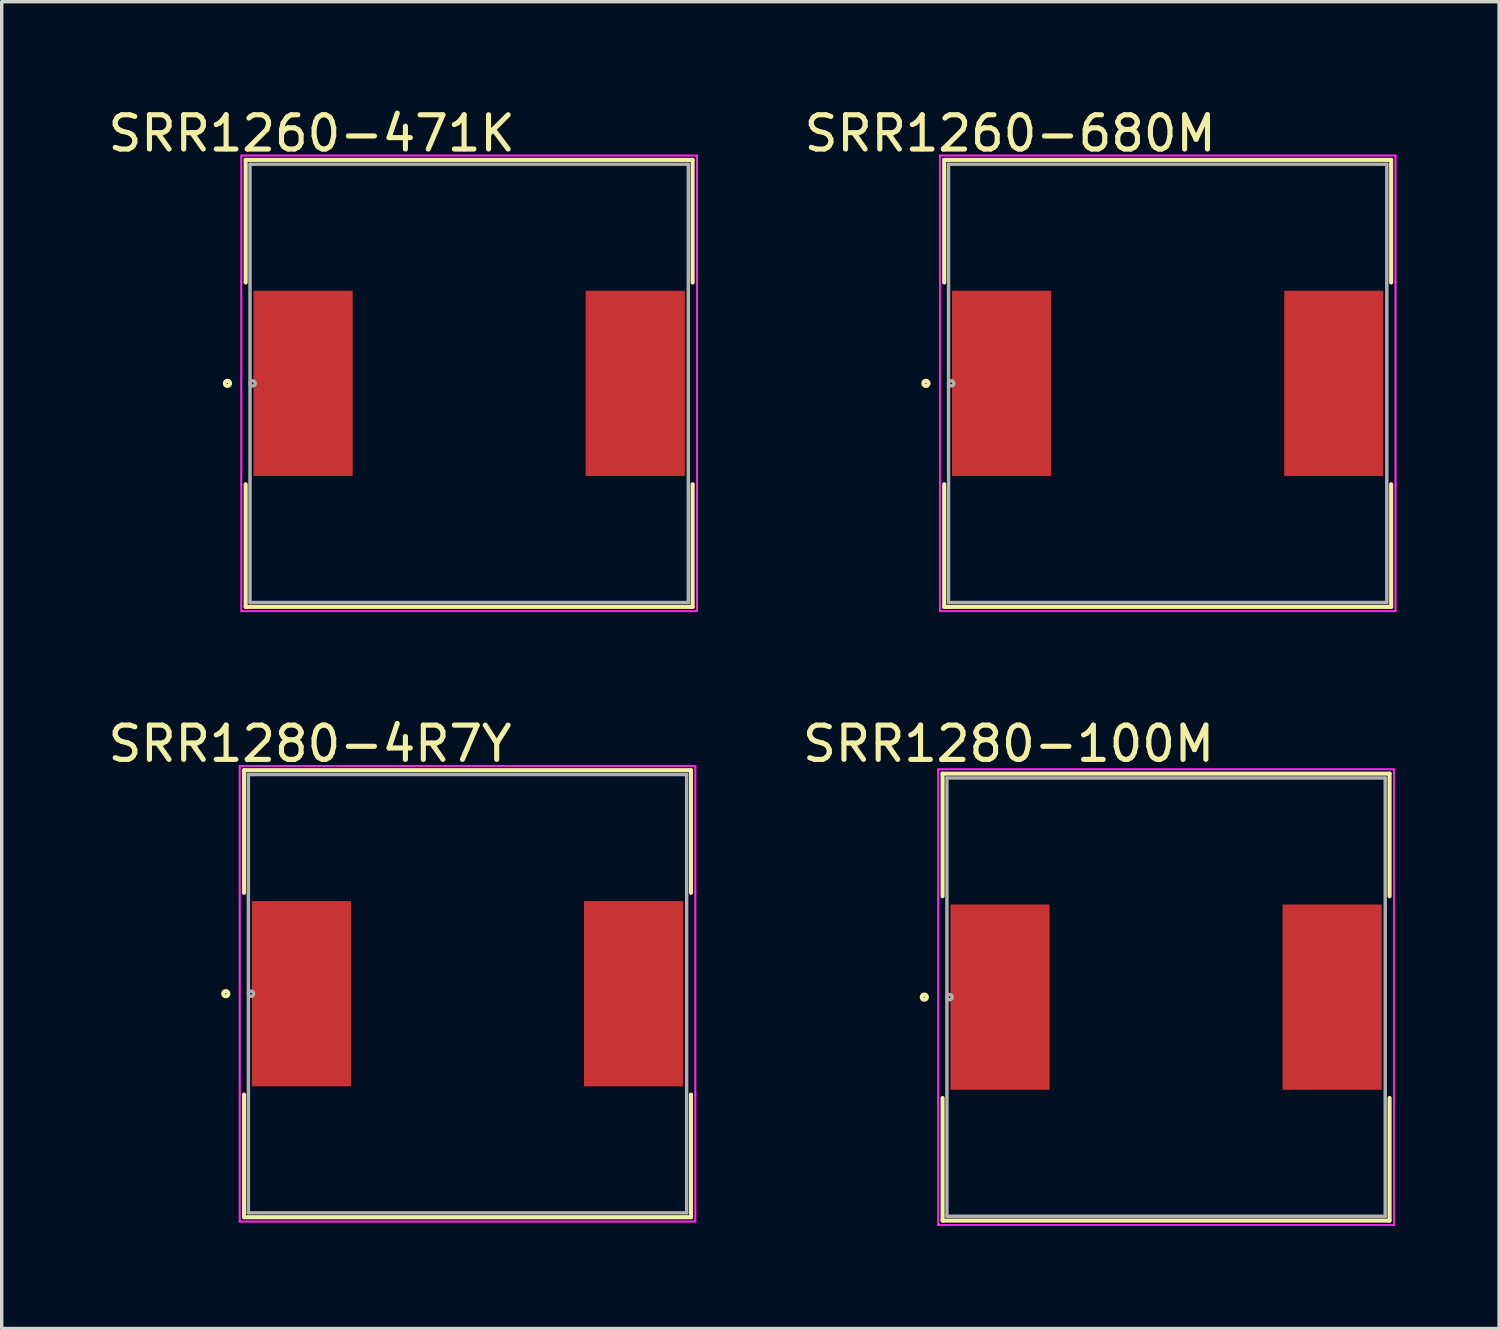
<source format=kicad_pcb>
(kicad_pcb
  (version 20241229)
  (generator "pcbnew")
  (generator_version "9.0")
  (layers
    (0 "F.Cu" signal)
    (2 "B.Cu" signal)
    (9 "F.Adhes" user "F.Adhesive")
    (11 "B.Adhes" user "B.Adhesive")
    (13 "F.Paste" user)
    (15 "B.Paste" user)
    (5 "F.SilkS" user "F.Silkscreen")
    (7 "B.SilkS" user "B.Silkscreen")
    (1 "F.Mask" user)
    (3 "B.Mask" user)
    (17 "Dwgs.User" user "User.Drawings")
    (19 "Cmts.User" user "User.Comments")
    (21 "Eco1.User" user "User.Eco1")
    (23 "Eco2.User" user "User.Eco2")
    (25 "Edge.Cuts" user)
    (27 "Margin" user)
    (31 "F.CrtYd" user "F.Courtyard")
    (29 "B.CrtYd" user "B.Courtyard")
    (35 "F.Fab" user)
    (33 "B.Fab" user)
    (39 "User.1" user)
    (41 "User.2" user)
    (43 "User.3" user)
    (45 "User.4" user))
  (footprint "SRR1280-100M"
    (layer "F.Cu")
    (at 31.011 26.076)
    (property "Reference" "SRR1280-100M" (at -4.6 -7.4 0) (layer "F.SilkS") (effects (font (size 1 1) (thickness 0.15))))
    (attr smd)
    (fp_line (start -6.528 -6.528) (end -6.528 -2.947) (stroke (width 0.12) (type solid)) (layer "F.SilkS"))
    (fp_line (start -6.528 2.947) (end -6.528 6.528) (stroke (width 0.12) (type solid)) (layer "F.SilkS"))
    (fp_line (start -6.528 6.528) (end 6.528 6.528) (stroke (width 0.12) (type solid)) (layer "F.SilkS"))
    (fp_line (start 6.528 -6.528) (end -6.528 -6.528) (stroke (width 0.12) (type solid)) (layer "F.SilkS"))
    (fp_line (start 6.528 -2.947) (end 6.528 -6.528) (stroke (width 0.12) (type solid)) (layer "F.SilkS"))
    (fp_line (start 6.528 6.528) (end 6.528 2.947) (stroke (width 0.12) (type solid)) (layer "F.SilkS"))
    (fp_circle (center -7.061 0) (end -6.985 0) (stroke (width 0.12) (type solid)) (fill no) (layer "F.SilkS"))
    (fp_line (start -6.655 -6.655) (end 6.655 -6.655) (stroke (width 0.05) (type solid)) (layer "F.CrtYd"))
    (fp_line (start -6.655 -6.655) (end 6.655 -6.655) (stroke (width 0.05) (type solid)) (layer "F.CrtYd"))
    (fp_line (start -6.655 -2.959) (end -6.655 -6.655) (stroke (width 0.05) (type solid)) (layer "F.CrtYd"))
    (fp_line (start -6.655 -2.959) (end -6.655 -6.655) (stroke (width 0.05) (type solid)) (layer "F.CrtYd"))
    (fp_line (start -6.655 -2.959) (end -6.655 -2.959) (stroke (width 0.05) (type solid)) (layer "F.CrtYd"))
    (fp_line (start -6.655 -2.959) (end -6.655 -2.959) (stroke (width 0.05) (type solid)) (layer "F.CrtYd"))
    (fp_line (start -6.655 2.959) (end -6.655 -2.959) (stroke (width 0.05) (type solid)) (layer "F.CrtYd"))
    (fp_line (start -6.655 2.959) (end -6.655 -2.959) (stroke (width 0.05) (type solid)) (layer "F.CrtYd"))
    (fp_line (start -6.655 2.959) (end -6.655 2.959) (stroke (width 0.05) (type solid)) (layer "F.CrtYd"))
    (fp_line (start -6.655 2.959) (end -6.655 2.959) (stroke (width 0.05) (type solid)) (layer "F.CrtYd"))
    (fp_line (start -6.655 6.655) (end -6.655 2.959) (stroke (width 0.05) (type solid)) (layer "F.CrtYd"))
    (fp_line (start -6.655 6.655) (end -6.655 2.959) (stroke (width 0.05) (type solid)) (layer "F.CrtYd"))
    (fp_line (start 6.655 -6.655) (end 6.655 -2.959) (stroke (width 0.05) (type solid)) (layer "F.CrtYd"))
    (fp_line (start 6.655 -6.655) (end 6.655 -2.959) (stroke (width 0.05) (type solid)) (layer "F.CrtYd"))
    (fp_line (start 6.655 -2.959) (end 6.655 -2.959) (stroke (width 0.05) (type solid)) (layer "F.CrtYd"))
    (fp_line (start 6.655 -2.959) (end 6.655 -2.959) (stroke (width 0.05) (type solid)) (layer "F.CrtYd"))
    (fp_line (start 6.655 -2.959) (end 6.655 2.959) (stroke (width 0.05) (type solid)) (layer "F.CrtYd"))
    (fp_line (start 6.655 -2.959) (end 6.655 2.959) (stroke (width 0.05) (type solid)) (layer "F.CrtYd"))
    (fp_line (start 6.655 2.959) (end 6.655 2.959) (stroke (width 0.05) (type solid)) (layer "F.CrtYd"))
    (fp_line (start 6.655 2.959) (end 6.655 2.959) (stroke (width 0.05) (type solid)) (layer "F.CrtYd"))
    (fp_line (start 6.655 2.959) (end 6.655 6.655) (stroke (width 0.05) (type solid)) (layer "F.CrtYd"))
    (fp_line (start 6.655 2.959) (end 6.655 6.655) (stroke (width 0.05) (type solid)) (layer "F.CrtYd"))
    (fp_line (start 6.655 6.655) (end -6.655 6.655) (stroke (width 0.05) (type solid)) (layer "F.CrtYd"))
    (fp_line (start 6.655 6.655) (end -6.655 6.655) (stroke (width 0.05) (type solid)) (layer "F.CrtYd"))
    (fp_line (start -6.401 -6.401) (end -6.401 6.401) (stroke (width 0.1) (type solid)) (layer "F.Fab"))
    (fp_line (start -6.401 6.401) (end 6.401 6.401) (stroke (width 0.1) (type solid)) (layer "F.Fab"))
    (fp_line (start 6.401 -6.401) (end -6.401 -6.401) (stroke (width 0.1) (type solid)) (layer "F.Fab"))
    (fp_line (start 6.401 6.401) (end 6.401 -6.401) (stroke (width 0.1) (type solid)) (layer "F.Fab"))
    (fp_circle (center -6.325 0) (end -6.248 0) (stroke (width 0.1) (type solid)) (fill no) (layer "F.Fab"))
    (pad "1" smd rect (at -4.851 0) (size 2.896 5.41) (layers "F.Cu" "F.Mask" "F.Paste"))
    (pad "2" smd rect (at 4.851 0) (size 2.896 5.41) (layers "F.Cu" "F.Mask" "F.Paste")))
  (footprint "SRR1280-4R7Y"
    (layer "F.Cu")
    (at 10.606 25.976)
    (property "Reference" "SRR1280-4R7Y" (at -4.6 -7.3 0) (layer "F.SilkS") (effects (font (size 1 1) (thickness 0.15))))
    (attr smd)
    (fp_line (start -6.528 -6.528) (end -6.528 -2.947) (stroke (width 0.12) (type solid)) (layer "F.SilkS"))
    (fp_line (start -6.528 2.947) (end -6.528 6.528) (stroke (width 0.12) (type solid)) (layer "F.SilkS"))
    (fp_line (start -6.528 6.528) (end 6.528 6.528) (stroke (width 0.12) (type solid)) (layer "F.SilkS"))
    (fp_line (start 6.528 -6.528) (end -6.528 -6.528) (stroke (width 0.12) (type solid)) (layer "F.SilkS"))
    (fp_line (start 6.528 -2.947) (end 6.528 -6.528) (stroke (width 0.12) (type solid)) (layer "F.SilkS"))
    (fp_line (start 6.528 6.528) (end 6.528 2.947) (stroke (width 0.12) (type solid)) (layer "F.SilkS"))
    (fp_circle (center -7.061 0) (end -6.985 0) (stroke (width 0.12) (type solid)) (fill no) (layer "F.SilkS"))
    (fp_line (start -6.655 -6.655) (end 6.655 -6.655) (stroke (width 0.05) (type solid)) (layer "F.CrtYd"))
    (fp_line (start -6.655 -6.655) (end 6.655 -6.655) (stroke (width 0.05) (type solid)) (layer "F.CrtYd"))
    (fp_line (start -6.655 -2.959) (end -6.655 -6.655) (stroke (width 0.05) (type solid)) (layer "F.CrtYd"))
    (fp_line (start -6.655 -2.959) (end -6.655 -6.655) (stroke (width 0.05) (type solid)) (layer "F.CrtYd"))
    (fp_line (start -6.655 -2.959) (end -6.655 -2.959) (stroke (width 0.05) (type solid)) (layer "F.CrtYd"))
    (fp_line (start -6.655 -2.959) (end -6.655 -2.959) (stroke (width 0.05) (type solid)) (layer "F.CrtYd"))
    (fp_line (start -6.655 2.959) (end -6.655 -2.959) (stroke (width 0.05) (type solid)) (layer "F.CrtYd"))
    (fp_line (start -6.655 2.959) (end -6.655 -2.959) (stroke (width 0.05) (type solid)) (layer "F.CrtYd"))
    (fp_line (start -6.655 2.959) (end -6.655 2.959) (stroke (width 0.05) (type solid)) (layer "F.CrtYd"))
    (fp_line (start -6.655 2.959) (end -6.655 2.959) (stroke (width 0.05) (type solid)) (layer "F.CrtYd"))
    (fp_line (start -6.655 6.655) (end -6.655 2.959) (stroke (width 0.05) (type solid)) (layer "F.CrtYd"))
    (fp_line (start -6.655 6.655) (end -6.655 2.959) (stroke (width 0.05) (type solid)) (layer "F.CrtYd"))
    (fp_line (start 6.655 -6.655) (end 6.655 -2.959) (stroke (width 0.05) (type solid)) (layer "F.CrtYd"))
    (fp_line (start 6.655 -6.655) (end 6.655 -2.959) (stroke (width 0.05) (type solid)) (layer "F.CrtYd"))
    (fp_line (start 6.655 -2.959) (end 6.655 -2.959) (stroke (width 0.05) (type solid)) (layer "F.CrtYd"))
    (fp_line (start 6.655 -2.959) (end 6.655 -2.959) (stroke (width 0.05) (type solid)) (layer "F.CrtYd"))
    (fp_line (start 6.655 -2.959) (end 6.655 2.959) (stroke (width 0.05) (type solid)) (layer "F.CrtYd"))
    (fp_line (start 6.655 -2.959) (end 6.655 2.959) (stroke (width 0.05) (type solid)) (layer "F.CrtYd"))
    (fp_line (start 6.655 2.959) (end 6.655 2.959) (stroke (width 0.05) (type solid)) (layer "F.CrtYd"))
    (fp_line (start 6.655 2.959) (end 6.655 2.959) (stroke (width 0.05) (type solid)) (layer "F.CrtYd"))
    (fp_line (start 6.655 2.959) (end 6.655 6.655) (stroke (width 0.05) (type solid)) (layer "F.CrtYd"))
    (fp_line (start 6.655 2.959) (end 6.655 6.655) (stroke (width 0.05) (type solid)) (layer "F.CrtYd"))
    (fp_line (start 6.655 6.655) (end -6.655 6.655) (stroke (width 0.05) (type solid)) (layer "F.CrtYd"))
    (fp_line (start 6.655 6.655) (end -6.655 6.655) (stroke (width 0.05) (type solid)) (layer "F.CrtYd"))
    (fp_line (start -6.401 -6.401) (end -6.401 6.401) (stroke (width 0.1) (type solid)) (layer "F.Fab"))
    (fp_line (start -6.401 6.401) (end 6.401 6.401) (stroke (width 0.1) (type solid)) (layer "F.Fab"))
    (fp_line (start 6.401 -6.401) (end -6.401 -6.401) (stroke (width 0.1) (type solid)) (layer "F.Fab"))
    (fp_line (start 6.401 6.401) (end 6.401 -6.401) (stroke (width 0.1) (type solid)) (layer "F.Fab"))
    (fp_circle (center -6.325 0) (end -6.248 0) (stroke (width 0.1) (type solid)) (fill no) (layer "F.Fab"))
    (pad "1" smd rect (at -4.851 0) (size 2.896 5.41) (layers "F.Cu" "F.Mask" "F.Paste"))
    (pad "2" smd rect (at 4.851 0) (size 2.896 5.41) (layers "F.Cu" "F.Mask" "F.Paste")))
  (footprint "SRR1260-471K"
    (layer "F.Cu")
    (at 10.654 8.148)
    (property "Reference" "SRR1260-471K" (at -4.6 -7.3 0) (layer "F.SilkS") (effects (font (size 1 1) (thickness 0.15))))
    (attr smd)
    (fp_line (start -6.528 -6.528) (end -6.528 -2.947) (stroke (width 0.12) (type solid)) (layer "F.SilkS"))
    (fp_line (start -6.528 2.947) (end -6.528 6.528) (stroke (width 0.12) (type solid)) (layer "F.SilkS"))
    (fp_line (start -6.528 6.528) (end 6.528 6.528) (stroke (width 0.12) (type solid)) (layer "F.SilkS"))
    (fp_line (start 6.528 -6.528) (end -6.528 -6.528) (stroke (width 0.12) (type solid)) (layer "F.SilkS"))
    (fp_line (start 6.528 -2.947) (end 6.528 -6.528) (stroke (width 0.12) (type solid)) (layer "F.SilkS"))
    (fp_line (start 6.528 6.528) (end 6.528 2.947) (stroke (width 0.12) (type solid)) (layer "F.SilkS"))
    (fp_circle (center -7.061 0) (end -6.985 0) (stroke (width 0.12) (type solid)) (fill no) (layer "F.SilkS"))
    (fp_line (start -6.655 -6.655) (end 6.655 -6.655) (stroke (width 0.05) (type solid)) (layer "F.CrtYd"))
    (fp_line (start -6.655 -6.655) (end 6.655 -6.655) (stroke (width 0.05) (type solid)) (layer "F.CrtYd"))
    (fp_line (start -6.655 -2.959) (end -6.655 -6.655) (stroke (width 0.05) (type solid)) (layer "F.CrtYd"))
    (fp_line (start -6.655 -2.959) (end -6.655 -6.655) (stroke (width 0.05) (type solid)) (layer "F.CrtYd"))
    (fp_line (start -6.655 -2.959) (end -6.655 -2.959) (stroke (width 0.05) (type solid)) (layer "F.CrtYd"))
    (fp_line (start -6.655 -2.959) (end -6.655 -2.959) (stroke (width 0.05) (type solid)) (layer "F.CrtYd"))
    (fp_line (start -6.655 2.959) (end -6.655 -2.959) (stroke (width 0.05) (type solid)) (layer "F.CrtYd"))
    (fp_line (start -6.655 2.959) (end -6.655 -2.959) (stroke (width 0.05) (type solid)) (layer "F.CrtYd"))
    (fp_line (start -6.655 2.959) (end -6.655 2.959) (stroke (width 0.05) (type solid)) (layer "F.CrtYd"))
    (fp_line (start -6.655 2.959) (end -6.655 2.959) (stroke (width 0.05) (type solid)) (layer "F.CrtYd"))
    (fp_line (start -6.655 6.655) (end -6.655 2.959) (stroke (width 0.05) (type solid)) (layer "F.CrtYd"))
    (fp_line (start -6.655 6.655) (end -6.655 2.959) (stroke (width 0.05) (type solid)) (layer "F.CrtYd"))
    (fp_line (start 6.655 -6.655) (end 6.655 -2.959) (stroke (width 0.05) (type solid)) (layer "F.CrtYd"))
    (fp_line (start 6.655 -6.655) (end 6.655 -2.959) (stroke (width 0.05) (type solid)) (layer "F.CrtYd"))
    (fp_line (start 6.655 -2.959) (end 6.655 -2.959) (stroke (width 0.05) (type solid)) (layer "F.CrtYd"))
    (fp_line (start 6.655 -2.959) (end 6.655 -2.959) (stroke (width 0.05) (type solid)) (layer "F.CrtYd"))
    (fp_line (start 6.655 -2.959) (end 6.655 2.959) (stroke (width 0.05) (type solid)) (layer "F.CrtYd"))
    (fp_line (start 6.655 -2.959) (end 6.655 2.959) (stroke (width 0.05) (type solid)) (layer "F.CrtYd"))
    (fp_line (start 6.655 2.959) (end 6.655 2.959) (stroke (width 0.05) (type solid)) (layer "F.CrtYd"))
    (fp_line (start 6.655 2.959) (end 6.655 2.959) (stroke (width 0.05) (type solid)) (layer "F.CrtYd"))
    (fp_line (start 6.655 2.959) (end 6.655 6.655) (stroke (width 0.05) (type solid)) (layer "F.CrtYd"))
    (fp_line (start 6.655 2.959) (end 6.655 6.655) (stroke (width 0.05) (type solid)) (layer "F.CrtYd"))
    (fp_line (start 6.655 6.655) (end -6.655 6.655) (stroke (width 0.05) (type solid)) (layer "F.CrtYd"))
    (fp_line (start 6.655 6.655) (end -6.655 6.655) (stroke (width 0.05) (type solid)) (layer "F.CrtYd"))
    (fp_line (start -6.401 -6.401) (end -6.401 6.401) (stroke (width 0.1) (type solid)) (layer "F.Fab"))
    (fp_line (start -6.401 6.401) (end 6.401 6.401) (stroke (width 0.1) (type solid)) (layer "F.Fab"))
    (fp_line (start 6.401 -6.401) (end -6.401 -6.401) (stroke (width 0.1) (type solid)) (layer "F.Fab"))
    (fp_line (start 6.401 6.401) (end 6.401 -6.401) (stroke (width 0.1) (type solid)) (layer "F.Fab"))
    (fp_circle (center -6.325 0) (end -6.248 0) (stroke (width 0.1) (type solid)) (fill no) (layer "F.Fab"))
    (pad "1" smd rect (at -4.851 0) (size 2.896 5.41) (layers "F.Cu" "F.Mask" "F.Paste"))
    (pad "2" smd rect (at 4.851 0) (size 2.896 5.41) (layers "F.Cu" "F.Mask" "F.Paste")))
  (footprint "SRR1260-680M"
    (layer "F.Cu")
    (at 31.058 8.148)
    (property "Reference" "SRR1260-680M" (at -4.6 -7.3 0) (layer "F.SilkS") (effects (font (size 1 1) (thickness 0.15))))
    (attr smd)
    (fp_line (start -6.528 -6.528) (end -6.528 -2.947) (stroke (width 0.12) (type solid)) (layer "F.SilkS"))
    (fp_line (start -6.528 2.947) (end -6.528 6.528) (stroke (width 0.12) (type solid)) (layer "F.SilkS"))
    (fp_line (start -6.528 6.528) (end 6.528 6.528) (stroke (width 0.12) (type solid)) (layer "F.SilkS"))
    (fp_line (start 6.528 -6.528) (end -6.528 -6.528) (stroke (width 0.12) (type solid)) (layer "F.SilkS"))
    (fp_line (start 6.528 -2.947) (end 6.528 -6.528) (stroke (width 0.12) (type solid)) (layer "F.SilkS"))
    (fp_line (start 6.528 6.528) (end 6.528 2.947) (stroke (width 0.12) (type solid)) (layer "F.SilkS"))
    (fp_circle (center -7.061 0) (end -6.985 0) (stroke (width 0.12) (type solid)) (fill no) (layer "F.SilkS"))
    (fp_line (start -6.655 -6.655) (end 6.655 -6.655) (stroke (width 0.05) (type solid)) (layer "F.CrtYd"))
    (fp_line (start -6.655 -6.655) (end 6.655 -6.655) (stroke (width 0.05) (type solid)) (layer "F.CrtYd"))
    (fp_line (start -6.655 -2.959) (end -6.655 -6.655) (stroke (width 0.05) (type solid)) (layer "F.CrtYd"))
    (fp_line (start -6.655 -2.959) (end -6.655 -6.655) (stroke (width 0.05) (type solid)) (layer "F.CrtYd"))
    (fp_line (start -6.655 -2.959) (end -6.655 -2.959) (stroke (width 0.05) (type solid)) (layer "F.CrtYd"))
    (fp_line (start -6.655 -2.959) (end -6.655 -2.959) (stroke (width 0.05) (type solid)) (layer "F.CrtYd"))
    (fp_line (start -6.655 2.959) (end -6.655 -2.959) (stroke (width 0.05) (type solid)) (layer "F.CrtYd"))
    (fp_line (start -6.655 2.959) (end -6.655 -2.959) (stroke (width 0.05) (type solid)) (layer "F.CrtYd"))
    (fp_line (start -6.655 2.959) (end -6.655 2.959) (stroke (width 0.05) (type solid)) (layer "F.CrtYd"))
    (fp_line (start -6.655 2.959) (end -6.655 2.959) (stroke (width 0.05) (type solid)) (layer "F.CrtYd"))
    (fp_line (start -6.655 6.655) (end -6.655 2.959) (stroke (width 0.05) (type solid)) (layer "F.CrtYd"))
    (fp_line (start -6.655 6.655) (end -6.655 2.959) (stroke (width 0.05) (type solid)) (layer "F.CrtYd"))
    (fp_line (start 6.655 -6.655) (end 6.655 -2.959) (stroke (width 0.05) (type solid)) (layer "F.CrtYd"))
    (fp_line (start 6.655 -6.655) (end 6.655 -2.959) (stroke (width 0.05) (type solid)) (layer "F.CrtYd"))
    (fp_line (start 6.655 -2.959) (end 6.655 -2.959) (stroke (width 0.05) (type solid)) (layer "F.CrtYd"))
    (fp_line (start 6.655 -2.959) (end 6.655 -2.959) (stroke (width 0.05) (type solid)) (layer "F.CrtYd"))
    (fp_line (start 6.655 -2.959) (end 6.655 2.959) (stroke (width 0.05) (type solid)) (layer "F.CrtYd"))
    (fp_line (start 6.655 -2.959) (end 6.655 2.959) (stroke (width 0.05) (type solid)) (layer "F.CrtYd"))
    (fp_line (start 6.655 2.959) (end 6.655 2.959) (stroke (width 0.05) (type solid)) (layer "F.CrtYd"))
    (fp_line (start 6.655 2.959) (end 6.655 2.959) (stroke (width 0.05) (type solid)) (layer "F.CrtYd"))
    (fp_line (start 6.655 2.959) (end 6.655 6.655) (stroke (width 0.05) (type solid)) (layer "F.CrtYd"))
    (fp_line (start 6.655 2.959) (end 6.655 6.655) (stroke (width 0.05) (type solid)) (layer "F.CrtYd"))
    (fp_line (start 6.655 6.655) (end -6.655 6.655) (stroke (width 0.05) (type solid)) (layer "F.CrtYd"))
    (fp_line (start 6.655 6.655) (end -6.655 6.655) (stroke (width 0.05) (type solid)) (layer "F.CrtYd"))
    (fp_line (start -6.401 -6.401) (end -6.401 6.401) (stroke (width 0.1) (type solid)) (layer "F.Fab"))
    (fp_line (start -6.401 6.401) (end 6.401 6.401) (stroke (width 0.1) (type solid)) (layer "F.Fab"))
    (fp_line (start 6.401 -6.401) (end -6.401 -6.401) (stroke (width 0.1) (type solid)) (layer "F.Fab"))
    (fp_line (start 6.401 6.401) (end 6.401 -6.401) (stroke (width 0.1) (type solid)) (layer "F.Fab"))
    (fp_circle (center -6.325 0) (end -6.248 0) (stroke (width 0.1) (type solid)) (fill no) (layer "F.Fab"))
    (pad "1" smd rect (at -4.851 0) (size 2.896 5.41) (layers "F.Cu" "F.Mask" "F.Paste"))
    (pad "2" smd rect (at 4.851 0) (size 2.896 5.41) (layers "F.Cu" "F.Mask" "F.Paste")))
  (gr_rect
    (start -3 -3)
    (end 40.738 35.756)
    (stroke (width 0.1) (type default))
    (fill no)
    (layer "Edge.Cuts")))
</source>
